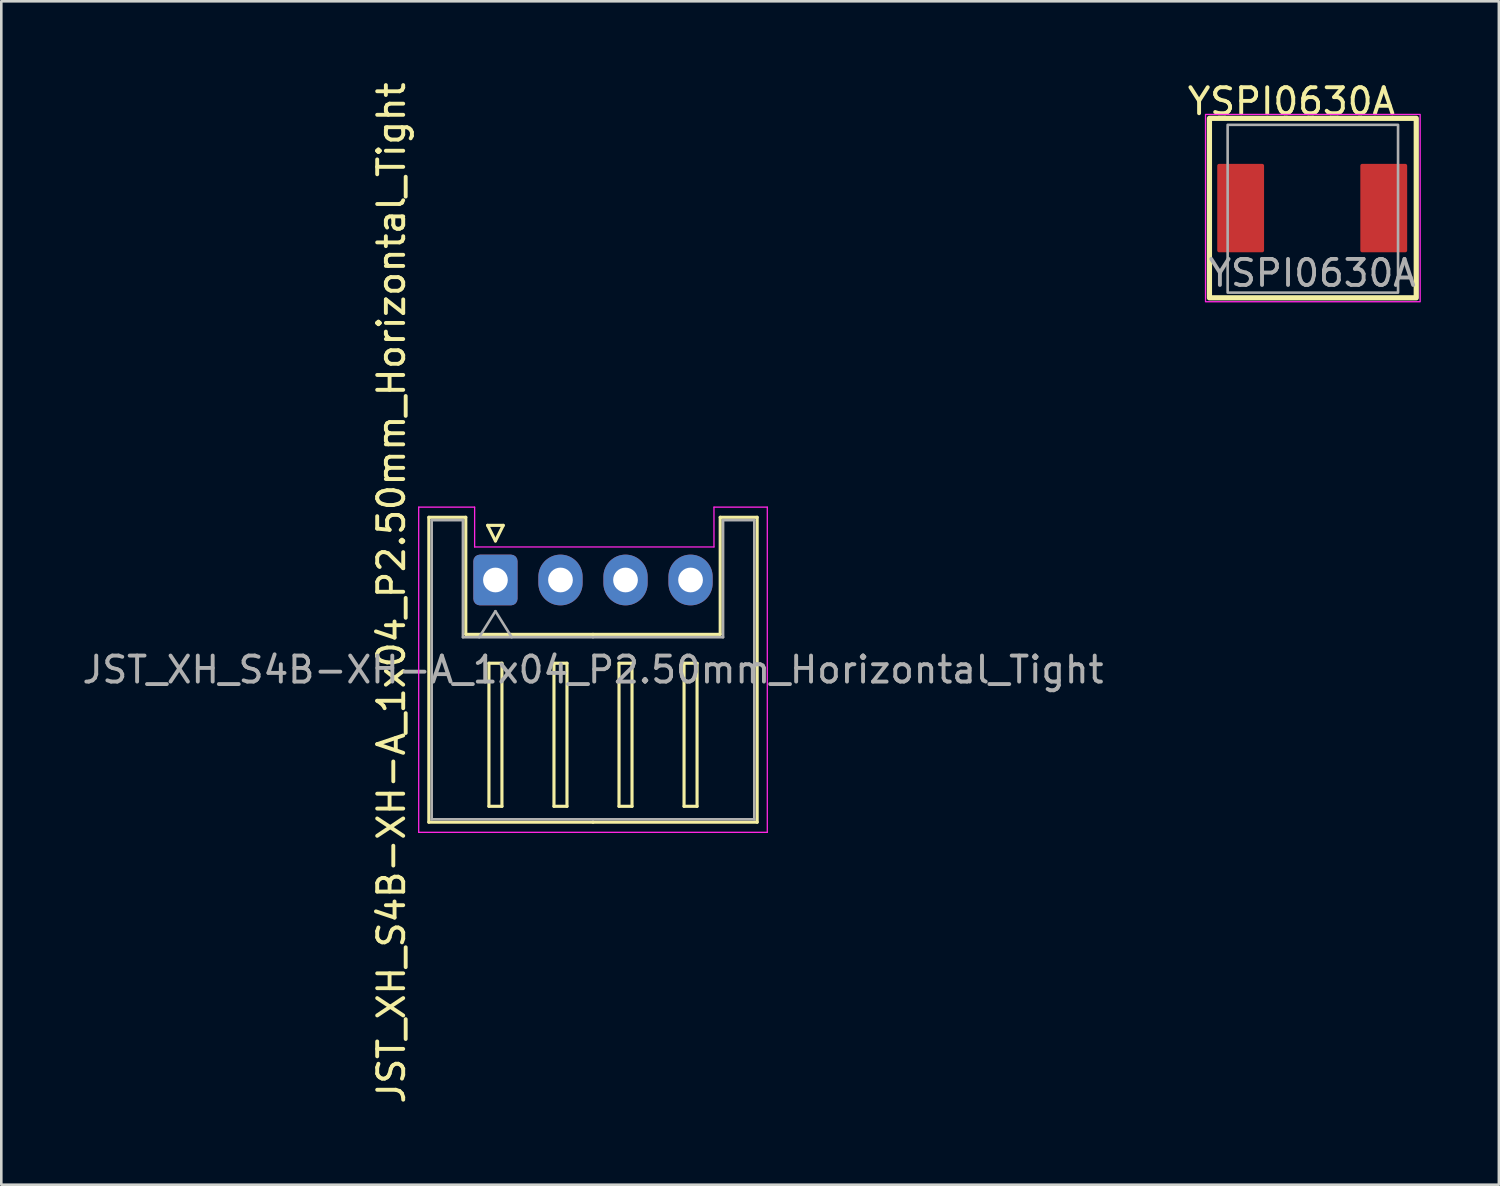
<source format=kicad_pcb>
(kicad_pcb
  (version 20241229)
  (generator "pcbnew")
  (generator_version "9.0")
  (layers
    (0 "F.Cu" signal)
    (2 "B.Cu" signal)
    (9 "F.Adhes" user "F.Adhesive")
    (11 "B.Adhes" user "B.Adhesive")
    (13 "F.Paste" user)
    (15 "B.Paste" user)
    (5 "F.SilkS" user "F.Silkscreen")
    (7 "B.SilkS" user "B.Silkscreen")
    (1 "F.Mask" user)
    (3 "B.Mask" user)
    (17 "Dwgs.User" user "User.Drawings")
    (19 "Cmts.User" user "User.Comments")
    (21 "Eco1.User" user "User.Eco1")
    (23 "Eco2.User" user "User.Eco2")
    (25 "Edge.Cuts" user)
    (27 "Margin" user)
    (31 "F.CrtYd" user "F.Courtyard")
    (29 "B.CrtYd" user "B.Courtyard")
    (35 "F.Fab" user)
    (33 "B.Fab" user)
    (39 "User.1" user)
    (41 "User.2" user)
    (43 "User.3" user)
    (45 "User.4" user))
  (footprint "JST_XH_S4B-XH-A_1x04_P2.50mm_Horizontal_Tight"
    (layer "F.Cu")
    (at 15.994 19.244)
    (property "Reference" "JST_XH_S4B-XH-A_1x04_P2.50mm_Horizontal_Tight" (at -4 0.5 270) (layer "F.SilkS") (effects (font (size 1 1) (thickness 0.15))))
    (attr through_hole)
    (fp_line (start -2.56 -2.41) (end -1.14 -2.41) (stroke (width 0.12) (type solid)) (layer "F.SilkS"))
    (fp_line (start -2.56 9.31) (end -2.56 -2.41) (stroke (width 0.12) (type solid)) (layer "F.SilkS"))
    (fp_line (start -1.14 -2.41) (end -1.14 2.09) (stroke (width 0.12) (type solid)) (layer "F.SilkS"))
    (fp_line (start -1.14 2.09) (end 3.75 2.09) (stroke (width 0.12) (type solid)) (layer "F.SilkS"))
    (fp_line (start -0.3 -2.1) (end 0.3 -2.1) (stroke (width 0.12) (type solid)) (layer "F.SilkS"))
    (fp_line (start -0.25 3.2) (end -0.25 8.7) (stroke (width 0.12) (type solid)) (layer "F.SilkS"))
    (fp_line (start -0.25 8.7) (end 0.25 8.7) (stroke (width 0.12) (type solid)) (layer "F.SilkS"))
    (fp_line (start 0 -1.5) (end -0.3 -2.1) (stroke (width 0.12) (type solid)) (layer "F.SilkS"))
    (fp_line (start 0.25 3.2) (end -0.25 3.2) (stroke (width 0.12) (type solid)) (layer "F.SilkS"))
    (fp_line (start 0.25 8.7) (end 0.25 3.2) (stroke (width 0.12) (type solid)) (layer "F.SilkS"))
    (fp_line (start 0.3 -2.1) (end 0 -1.5) (stroke (width 0.12) (type solid)) (layer "F.SilkS"))
    (fp_line (start 2.25 3.2) (end 2.25 8.7) (stroke (width 0.12) (type solid)) (layer "F.SilkS"))
    (fp_line (start 2.25 8.7) (end 2.75 8.7) (stroke (width 0.12) (type solid)) (layer "F.SilkS"))
    (fp_line (start 2.75 3.2) (end 2.25 3.2) (stroke (width 0.12) (type solid)) (layer "F.SilkS"))
    (fp_line (start 2.75 8.7) (end 2.75 3.2) (stroke (width 0.12) (type solid)) (layer "F.SilkS"))
    (fp_line (start 3.75 9.31) (end -2.56 9.31) (stroke (width 0.12) (type solid)) (layer "F.SilkS"))
    (fp_line (start 3.75 9.31) (end 10.06 9.31) (stroke (width 0.12) (type solid)) (layer "F.SilkS"))
    (fp_line (start 4.75 3.2) (end 4.75 8.7) (stroke (width 0.12) (type solid)) (layer "F.SilkS"))
    (fp_line (start 4.75 8.7) (end 5.25 8.7) (stroke (width 0.12) (type solid)) (layer "F.SilkS"))
    (fp_line (start 5.25 3.2) (end 4.75 3.2) (stroke (width 0.12) (type solid)) (layer "F.SilkS"))
    (fp_line (start 5.25 8.7) (end 5.25 3.2) (stroke (width 0.12) (type solid)) (layer "F.SilkS"))
    (fp_line (start 7.25 3.2) (end 7.25 8.7) (stroke (width 0.12) (type solid)) (layer "F.SilkS"))
    (fp_line (start 7.25 8.7) (end 7.75 8.7) (stroke (width 0.12) (type solid)) (layer "F.SilkS"))
    (fp_line (start 7.75 3.2) (end 7.25 3.2) (stroke (width 0.12) (type solid)) (layer "F.SilkS"))
    (fp_line (start 7.75 8.7) (end 7.75 3.2) (stroke (width 0.12) (type solid)) (layer "F.SilkS"))
    (fp_line (start 8.64 -2.41) (end 8.64 2.09) (stroke (width 0.12) (type solid)) (layer "F.SilkS"))
    (fp_line (start 8.64 2.09) (end 3.75 2.09) (stroke (width 0.12) (type solid)) (layer "F.SilkS"))
    (fp_line (start 10.06 -2.41) (end 8.64 -2.41) (stroke (width 0.12) (type solid)) (layer "F.SilkS"))
    (fp_line (start 10.06 9.31) (end 10.06 -2.41) (stroke (width 0.12) (type solid)) (layer "F.SilkS"))
    (fp_line (start -2.95 -2.8) (end -2.95 9.7) (stroke (width 0.05) (type solid)) (layer "F.CrtYd"))
    (fp_line (start -2.95 -2.8) (end -0.8 -2.8) (stroke (width 0.05) (type default)) (layer "F.CrtYd"))
    (fp_line (start -2.95 9.7) (end 10.45 9.7) (stroke (width 0.05) (type solid)) (layer "F.CrtYd"))
    (fp_line (start -0.8 -2.8) (end -0.8 -1.27) (stroke (width 0.05) (type default)) (layer "F.CrtYd"))
    (fp_line (start -0.8 -1.27) (end 8.4 -1.27) (stroke (width 0.05) (type default)) (layer "F.CrtYd"))
    (fp_line (start 8.4 -2.8) (end 10.45 -2.8) (stroke (width 0.05) (type default)) (layer "F.CrtYd"))
    (fp_line (start 8.4 -1.27) (end 8.4 -2.8) (stroke (width 0.05) (type default)) (layer "F.CrtYd"))
    (fp_line (start 10.45 9.7) (end 10.45 -2.8) (stroke (width 0.05) (type solid)) (layer "F.CrtYd"))
    (fp_line (start -2.45 -2.3) (end -1.25 -2.3) (stroke (width 0.1) (type solid)) (layer "F.Fab"))
    (fp_line (start -2.45 9.2) (end -2.45 -2.3) (stroke (width 0.1) (type solid)) (layer "F.Fab"))
    (fp_line (start -1.25 -2.3) (end -1.25 2.2) (stroke (width 0.1) (type solid)) (layer "F.Fab"))
    (fp_line (start -1.25 2.2) (end 3.75 2.2) (stroke (width 0.1) (type solid)) (layer "F.Fab"))
    (fp_line (start -0.625 2.2) (end 0 1.2) (stroke (width 0.1) (type solid)) (layer "F.Fab"))
    (fp_line (start 0 1.2) (end 0.625 2.2) (stroke (width 0.1) (type solid)) (layer "F.Fab"))
    (fp_line (start 3.75 9.2) (end -2.45 9.2) (stroke (width 0.1) (type solid)) (layer "F.Fab"))
    (fp_line (start 3.75 9.2) (end 9.95 9.2) (stroke (width 0.1) (type solid)) (layer "F.Fab"))
    (fp_line (start 8.75 -2.3) (end 8.75 2.2) (stroke (width 0.1) (type solid)) (layer "F.Fab"))
    (fp_line (start 8.75 2.2) (end 3.75 2.2) (stroke (width 0.1) (type solid)) (layer "F.Fab"))
    (fp_line (start 9.95 -2.3) (end 8.75 -2.3) (stroke (width 0.1) (type solid)) (layer "F.Fab"))
    (fp_line (start 9.95 9.2) (end 9.95 -2.3) (stroke (width 0.1) (type solid)) (layer "F.Fab"))
    (fp_text user "${REFERENCE}" (at 3.75 3.45 180) (layer "F.Fab") (effects (font (size 1 1) (thickness 0.15))))
    (pad "1" thru_hole roundrect (at 0 0) (size 1.7 1.95) (drill 0.95) (layers "*.Cu" "*.Mask") (roundrect_rratio 0.147))
    (pad "2" thru_hole oval (at 2.5 0) (size 1.7 1.95) (drill 0.95) (layers "*.Cu" "*.Mask"))
    (pad "3" thru_hole oval (at 5 0) (size 1.7 1.95) (drill 0.95) (layers "*.Cu" "*.Mask"))
    (pad "4" thru_hole oval (at 7.5 0) (size 1.7 1.95) (drill 0.95) (layers "*.Cu" "*.Mask")))
  (footprint "YSPI0630A"
    (layer "F.Cu")
    (at 47.389 4.948)
    (property "Reference" "YSPI0630A" (at -0.8 -4.1 0) (unlocked yes) (layer "F.SilkS") (effects (font (size 1 1) (thickness 0.15))))
    (attr smd)
    (fp_rect (start -3.95 -3.45) (end 4 3.45) (stroke (width 0.2) (type default)) (fill no) (layer "F.SilkS"))
    (fp_rect (start -4.1 -3.6) (end 4.15 3.6) (stroke (width 0.05) (type default)) (fill no) (layer "F.CrtYd"))
    (fp_rect (start -3.25 -3.2) (end 3.3 3.25) (stroke (width 0.1) (type default)) (fill no) (layer "F.Fab"))
    (fp_text user "${REFERENCE}" (at 0 2.5 0) (unlocked yes) (layer "F.Fab") (effects (font (size 1 1) (thickness 0.15))))
    (pad "1" smd roundrect (at -2.75 0) (size 1.8 3.4) (layers "F.Cu" "F.Mask" "F.Paste") (roundrect_rratio 0.04))
    (pad "2" smd roundrect (at 2.75 0) (size 1.8 3.4) (layers "F.Cu" "F.Mask" "F.Paste") (roundrect_rratio 0.04)))
  (gr_rect
    (start -3 -3)
    (end 54.564 42.488)
    (stroke (width 0.1) (type default))
    (fill no)
    (layer "Edge.Cuts")))
</source>
